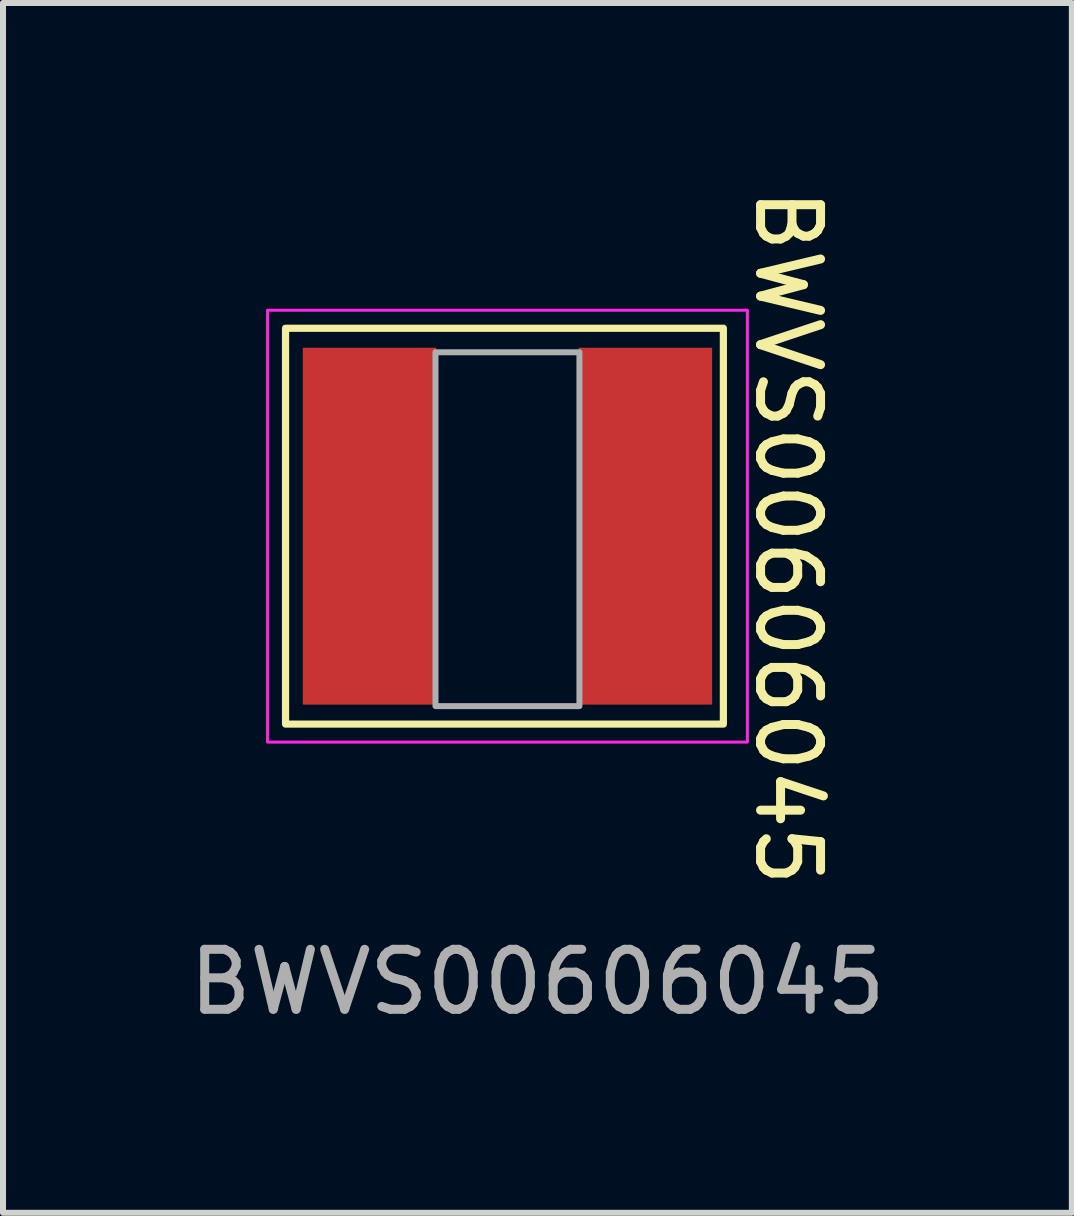
<source format=kicad_pcb>
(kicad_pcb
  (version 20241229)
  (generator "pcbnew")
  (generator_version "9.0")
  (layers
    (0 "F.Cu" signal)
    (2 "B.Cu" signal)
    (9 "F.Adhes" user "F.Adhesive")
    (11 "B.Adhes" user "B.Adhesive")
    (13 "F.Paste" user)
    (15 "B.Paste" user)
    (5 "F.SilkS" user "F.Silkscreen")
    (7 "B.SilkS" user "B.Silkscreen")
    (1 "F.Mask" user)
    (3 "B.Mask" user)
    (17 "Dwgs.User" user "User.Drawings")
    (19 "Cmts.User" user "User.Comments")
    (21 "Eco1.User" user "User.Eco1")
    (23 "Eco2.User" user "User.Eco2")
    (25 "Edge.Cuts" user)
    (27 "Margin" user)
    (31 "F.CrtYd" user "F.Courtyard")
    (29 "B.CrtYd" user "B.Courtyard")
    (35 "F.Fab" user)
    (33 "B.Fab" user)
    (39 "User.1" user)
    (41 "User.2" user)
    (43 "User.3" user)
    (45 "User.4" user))
  (footprint "BWVS00606045"
    (layer "F.Cu")
    (at 5.911 10.823)
    (property "Reference" "BWVS00606045" (at 4.175 -4.912 270) (unlocked yes) (layer "F.SilkS") (effects (font (size 1 1) (thickness 0.15))))
    (attr smd)
    (fp_rect (start -4.2 -8.4) (end 3.1 -1.8) (stroke (width 0.12) (type solid)) (fill no) (layer "F.SilkS"))
    (fp_rect (start -4.5 -8.7) (end 3.5 -1.5) (stroke (width 0.05) (type solid)) (fill no) (layer "F.CrtYd"))
    (fp_rect (start 0.7 -8) (end -1.7 -2.1) (stroke (width 0.1) (type solid)) (fill no) (layer "F.Fab"))
    (fp_text user "${REFERENCE}" (at 0 2.5 0) (unlocked yes) (layer "F.Fab") (effects (font (size 1 1) (thickness 0.15))))
    (pad "1" smd rect (at -2.8 -5.1) (size 2.225 5.95) (layers "F.Cu" "F.Mask" "F.Paste"))
    (pad "2" smd rect (at 1.8 -5.1) (size 2.225 5.95) (layers "F.Cu" "F.Mask" "F.Paste")))
  (gr_rect
    (start -3 -3)
    (end 14.821 17.171)
    (stroke (width 0.1) (type default))
    (fill no)
    (layer "Edge.Cuts")))
</source>
